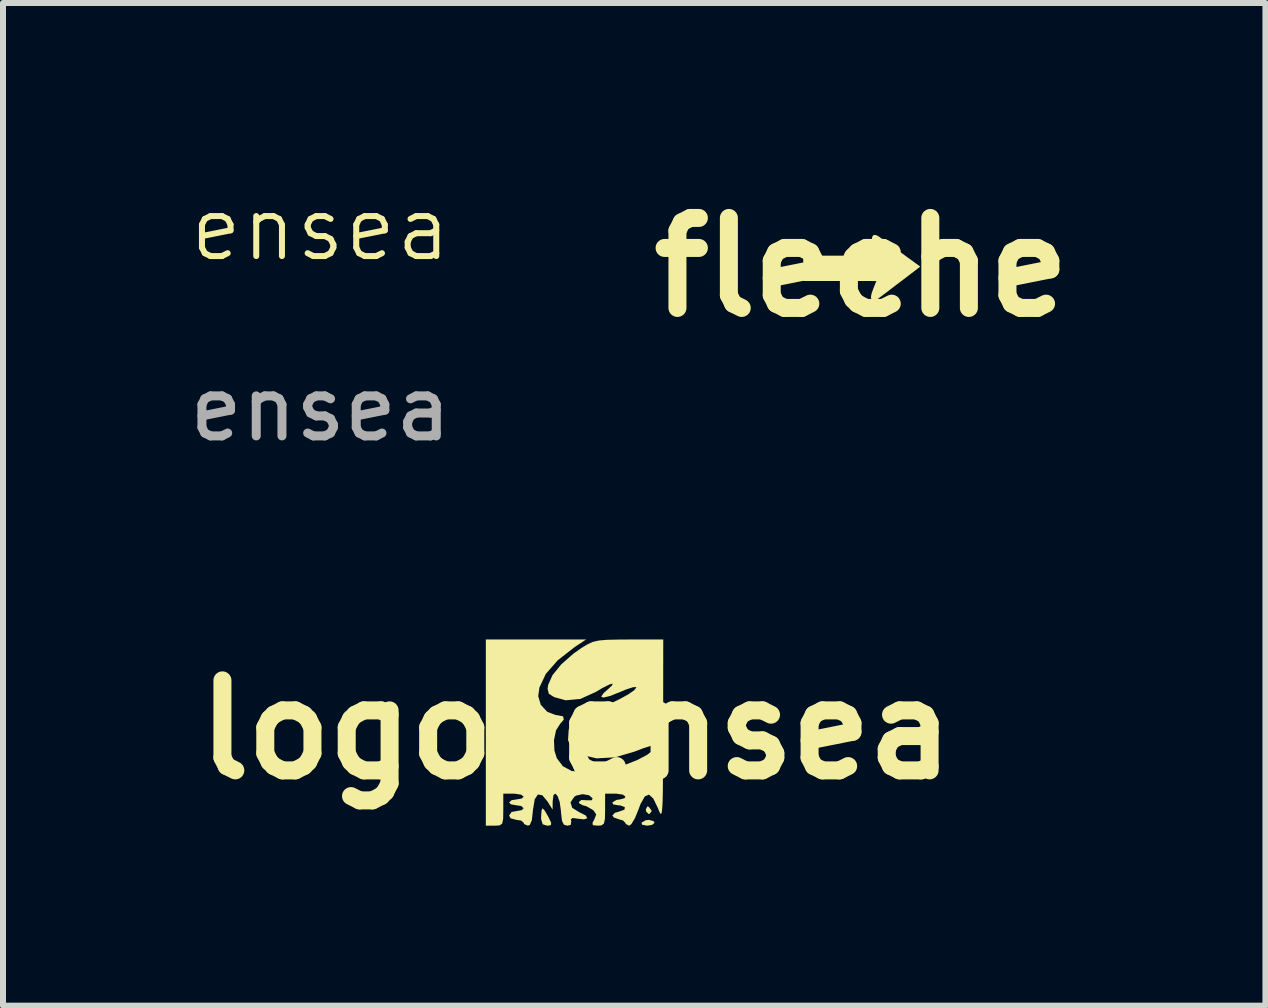
<source format=kicad_pcb>
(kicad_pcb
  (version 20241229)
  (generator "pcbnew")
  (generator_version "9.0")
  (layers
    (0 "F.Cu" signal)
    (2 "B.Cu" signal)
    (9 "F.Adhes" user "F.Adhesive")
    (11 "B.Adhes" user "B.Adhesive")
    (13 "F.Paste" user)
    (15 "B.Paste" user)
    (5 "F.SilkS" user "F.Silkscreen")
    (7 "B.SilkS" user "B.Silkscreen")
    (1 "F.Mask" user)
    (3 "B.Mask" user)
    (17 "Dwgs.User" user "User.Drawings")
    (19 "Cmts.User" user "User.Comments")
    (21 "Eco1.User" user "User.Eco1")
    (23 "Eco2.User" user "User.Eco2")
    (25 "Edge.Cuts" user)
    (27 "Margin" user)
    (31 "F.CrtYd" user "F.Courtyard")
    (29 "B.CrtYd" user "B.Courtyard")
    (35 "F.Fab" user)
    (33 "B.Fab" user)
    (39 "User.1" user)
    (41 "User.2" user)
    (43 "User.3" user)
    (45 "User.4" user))
  (footprint "ensea"
    (layer "F.Cu")
    (at 2.292 1.26)
    (property "Reference" "ensea" (at 0 -0.5 0) (unlocked yes) (layer "F.SilkS") (effects (font (size 1 1) (thickness 0.1))))
    (attr smd)
    (fp_text user "${REFERENCE}" (at 0 2.5 0) (unlocked yes) (layer "F.Fab") (effects (font (size 1 1) (thickness 0.15)))))
  (footprint "fleche"
    (layer "F.Cu")
    (at 11.312 1.404)
    (property "Reference" "fleche" (at 0 0 0) (layer "F.SilkS") (effects (font (size 1.5 1.5) (thickness 0.3))))
    (attr board_only exclude_from_pos_files exclude_from_bom)
    (fp_poly (pts (xy 0.228 -0.537) (xy 0.236 -0.535) (xy 0.245 -0.532) (xy 0.255 -0.528) (xy 0.266 -0.523) (xy 0.277 -0.516) (xy 0.29 -0.508) (xy 0.304 -0.498) (xy 0.311 -0.493) (xy 0.319 -0.487) (xy 0.328 -0.48) (xy 0.339 -0.473) (xy 0.351 -0.464) (xy 0.364 -0.455) (xy 0.378 -0.445) (xy 0.392 -0.434) (xy 0.408 -0.423) (xy 0.425 -0.411) (xy 0.442 -0.398) (xy 0.46 -0.385) (xy 0.478 -0.372) (xy 0.497 -0.358) (xy 0.517 -0.344) (xy 0.537 -0.329) (xy 0.557 -0.315) (xy 0.577 -0.3) (xy 0.598 -0.285) (xy 0.619 -0.27) (xy 0.64 -0.255) (xy 0.66 -0.24) (xy 0.681 -0.225) (xy 0.702 -0.21) (xy 0.722 -0.195) (xy 0.742 -0.18) (xy 0.762 -0.166) (xy 0.781 -0.152) (xy 0.799 -0.139) (xy 0.818 -0.125) (xy 0.835 -0.113) (xy 0.852 -0.101) (xy 0.868 -0.089) (xy 0.883 -0.078) (xy 0.897 -0.067) (xy 0.911 -0.058) (xy 0.923 -0.049) (xy 0.934 -0.041) (xy 0.944 -0.034) (xy 0.953 -0.027) (xy 0.96 -0.022) (xy 0.966 -0.018) (xy 0.97 -0.014) (xy 0.973 -0.012) (xy 0.975 -0.011) (xy 0.975 -0.011) (xy 0.974 -0.011) (xy 0.973 -0.01) (xy 0.971 -0.008) (xy 0.968 -0.005) (xy 0.964 -0.002) (xy 0.959 0.002) (xy 0.953 0.006) (xy 0.946 0.012) (xy 0.938 0.018) (xy 0.929 0.025) (xy 0.919 0.033) (xy 0.907 0.042) (xy 0.895 0.052) (xy 0.881 0.062) (xy 0.865 0.074) (xy 0.849 0.087) (xy 0.831 0.1) (xy 0.811 0.115) (xy 0.791 0.131) (xy 0.768 0.148) (xy 0.745 0.166) (xy 0.72 0.185) (xy 0.693 0.205) (xy 0.664 0.227) (xy 0.634 0.25) (xy 0.624 0.258) (xy 0.594 0.28) (xy 0.566 0.301) (xy 0.54 0.322) (xy 0.515 0.34) (xy 0.492 0.358) (xy 0.47 0.375) (xy 0.45 0.39) (xy 0.431 0.405) (xy 0.413 0.418) (xy 0.396 0.431) (xy 0.381 0.442) (xy 0.367 0.453) (xy 0.354 0.463) (xy 0.342 0.472) (xy 0.331 0.48) (xy 0.321 0.488) (xy 0.312 0.494) (xy 0.304 0.5) (xy 0.297 0.506) (xy 0.291 0.51) (xy 0.285 0.514) (xy 0.281 0.518) (xy 0.277 0.521) (xy 0.273 0.523) (xy 0.27 0.525) (xy 0.268 0.526) (xy 0.267 0.527) (xy 0.265 0.528) (xy 0.265 0.528) (xy 0.258 0.531) (xy 0.25 0.534) (xy 0.241 0.536) (xy 0.233 0.539) (xy 0.228 0.54) (xy 0.221 0.541) (xy 0.214 0.542) (xy 0.206 0.542) (xy 0.198 0.542) (xy 0.191 0.542) (xy 0.186 0.541) (xy 0.185 0.541) (xy 0.176 0.538) (xy 0.168 0.534) (xy 0.163 0.528) (xy 0.158 0.521) (xy 0.156 0.516) (xy 0.155 0.512) (xy 0.154 0.509) (xy 0.154 0.504) (xy 0.154 0.498) (xy 0.154 0.497) (xy 0.154 0.488) (xy 0.155 0.479) (xy 0.157 0.47) (xy 0.16 0.46) (xy 0.16 0.46) (xy 0.161 0.455) (xy 0.162 0.451) (xy 0.162 0.447) (xy 0.162 0.447) (xy 0.163 0.443) (xy 0.164 0.438) (xy 0.166 0.431) (xy 0.169 0.422) (xy 0.172 0.412) (xy 0.177 0.4) (xy 0.182 0.387) (xy 0.187 0.372) (xy 0.193 0.356) (xy 0.2 0.339) (xy 0.207 0.32) (xy 0.215 0.301) (xy 0.223 0.28) (xy 0.232 0.259) (xy 0.233 0.256) (xy 0.236 0.249) (xy 0.239 0.243) (xy 0.241 0.238) (xy 0.242 0.233) (xy 0.243 0.231) (xy 0.244 0.23) (xy 0.243 0.23) (xy 0.24 0.23) (xy 0.235 0.23) (xy 0.228 0.23) (xy 0.219 0.23) (xy 0.208 0.23) (xy 0.196 0.23) (xy 0.182 0.23) (xy 0.166 0.23) (xy 0.149 0.229) (xy 0.13 0.229) (xy 0.11 0.229) (xy 0.089 0.229) (xy 0.066 0.229) (xy 0.042 0.229) (xy 0.016 0.229) (xy -0.01 0.229) (xy -0.038 0.229) (xy -0.066 0.229) (xy -0.096 0.229) (xy -0.127 0.229) (xy -0.158 0.229) (xy -0.19 0.229) (xy -0.223 0.229) (xy -0.257 0.229) (xy -0.292 0.229) (xy -0.326 0.229) (xy -0.362 0.229) (xy -0.366 0.229) (xy -0.975 0.229) (xy -0.975 0.018) (xy -0.975 -0.193) (xy -0.366 -0.193) (xy -0.33 -0.193) (xy -0.295 -0.193) (xy -0.261 -0.193) (xy -0.227 -0.193) (xy -0.194 -0.193) (xy -0.161 -0.193) (xy -0.13 -0.193) (xy -0.099 -0.193) (xy -0.069 -0.193) (xy -0.041 -0.193) (xy -0.013 -0.193) (xy 0.014 -0.193) (xy 0.039 -0.193) (xy 0.064 -0.193) (xy 0.087 -0.193) (xy 0.108 -0.193) (xy 0.129 -0.193) (xy 0.147 -0.193) (xy 0.165 -0.193) (xy 0.18 -0.193) (xy 0.195 -0.193) (xy 0.207 -0.193) (xy 0.218 -0.193) (xy 0.227 -0.193) (xy 0.234 -0.193) (xy 0.239 -0.193) (xy 0.242 -0.193) (xy 0.244 -0.193) (xy 0.244 -0.193) (xy 0.243 -0.195) (xy 0.243 -0.197) (xy 0.241 -0.202) (xy 0.239 -0.208) (xy 0.237 -0.216) (xy 0.234 -0.225) (xy 0.231 -0.236) (xy 0.228 -0.247) (xy 0.224 -0.26) (xy 0.22 -0.274) (xy 0.215 -0.288) (xy 0.211 -0.303) (xy 0.208 -0.313) (xy 0.202 -0.332) (xy 0.197 -0.348) (xy 0.193 -0.363) (xy 0.189 -0.376) (xy 0.185 -0.388) (xy 0.182 -0.398) (xy 0.18 -0.407) (xy 0.178 -0.415) (xy 0.176 -0.422) (xy 0.174 -0.427) (xy 0.173 -0.433) (xy 0.172 -0.437) (xy 0.171 -0.441) (xy 0.171 -0.445) (xy 0.17 -0.448) (xy 0.17 -0.451) (xy 0.17 -0.454) (xy 0.17 -0.457) (xy 0.17 -0.461) (xy 0.17 -0.465) (xy 0.17 -0.465) (xy 0.17 -0.48) (xy 0.172 -0.493) (xy 0.175 -0.505) (xy 0.179 -0.515) (xy 0.184 -0.523) (xy 0.19 -0.529) (xy 0.197 -0.534) (xy 0.205 -0.537) (xy 0.212 -0.538) (xy 0.219 -0.538)) (stroke (width 0) (type solid)) (fill yes) (layer "F.SilkS")))
  (footprint "logo ensea"
    (layer "F.Cu")
    (at 6.55 9.111)
    (property "Reference" "logo ensea" (at 0 0 0) (layer "F.SilkS") (effects (font (size 1.5 1.5) (thickness 0.3))))
    (attr board_only exclude_from_pos_files exclude_from_bom)
    (fp_poly (pts (xy 1.212 1.285) (xy 1.258 1.347) (xy 1.26 1.36) (xy 1.223 1.404) (xy 1.212 1.406) (xy 1.169 1.366) (xy 1.163 1.33) (xy 1.187 1.28)) (stroke (width 0) (type solid)) (fill yes) (layer "F.SilkS"))
    (fp_poly (pts (xy 1.292 1.524) (xy 1.309 1.551) (xy 1.267 1.587) (xy 1.185 1.6) (xy 1.102 1.584) (xy 1.091 1.551) (xy 1.159 1.51) (xy 1.215 1.503)) (stroke (width 0) (type solid)) (fill yes) (layer "F.SilkS"))
    (fp_poly (pts (xy -0.523 1.347) (xy -0.468 1.441) (xy -0.46 1.454) (xy -0.414 1.552) (xy -0.419 1.592) (xy -0.479 1.6) (xy -0.483 1.6) (xy -0.555 1.577) (xy -0.581 1.494) (xy -0.582 1.454) (xy -0.575 1.352) (xy -0.559 1.309) (xy -0.559 1.309)) (stroke (width 0) (type solid)) (fill yes) (layer "F.SilkS"))
    (fp_poly (pts (xy -0.025 -1.375) (xy -0.306 -1.155) (xy -0.503 -0.93) (xy -0.61 -0.703) (xy -0.63 -0.559) (xy -0.587 -0.414) (xy -0.479 -0.298) (xy -0.337 -0.243) (xy -0.315 -0.242) (xy -0.215 -0.222) (xy -0.204 -0.167) (xy -0.263 -0.1) (xy -0.333 0.011) (xy -0.367 0.173) (xy -0.36 0.347) (xy -0.321 0.474) (xy -0.218 0.61) (xy -0.072 0.688) (xy 0.132 0.713) (xy 0.406 0.689) (xy 0.417 0.687) (xy 0.633 0.642) (xy 0.843 0.576) (xy 1.033 0.5) (xy 1.185 0.419) (xy 1.282 0.344) (xy 1.308 0.281) (xy 1.298 0.263) (xy 1.246 0.27) (xy 1.13 0.306) (xy 0.979 0.364) (xy 0.649 0.461) (xy 0.342 0.478) (xy 0.076 0.416) (xy -0.071 0.317) (xy -0.133 0.174) (xy -0.122 0.002) (xy -0.095 -0.091) (xy -0.049 -0.16) (xy 0.034 -0.218) (xy 0.175 -0.279) (xy 0.339 -0.34) (xy 0.53 -0.416) (xy 0.711 -0.501) (xy 0.863 -0.584) (xy 0.967 -0.655) (xy 1.006 -0.703) (xy 1.002 -0.71) (xy 0.948 -0.707) (xy 0.835 -0.67) (xy 0.749 -0.634) (xy 0.569 -0.562) (xy 0.457 -0.535) (xy 0.419 -0.55) (xy 0.46 -0.61) (xy 0.509 -0.653) (xy 0.599 -0.735) (xy 0.612 -0.768) (xy 0.555 -0.753) (xy 0.434 -0.691) (xy 0.332 -0.63) (xy 0.072 -0.512) (xy -0.172 -0.49) (xy -0.365 -0.543) (xy -0.454 -0.6) (xy -0.474 -0.681) (xy -0.464 -0.748) (xy -0.392 -0.909) (xy -0.246 -1.089) (xy -0.041 -1.269) (xy 0.094 -1.364) (xy 0.192 -1.423) (xy 0.279 -1.463) (xy 0.38 -1.486) (xy 0.518 -1.498) (xy 0.715 -1.502) (xy 0.882 -1.503) (xy 1.454 -1.503) (xy 1.452 0.012) (xy 1.451 0.434) (xy 1.449 0.767) (xy 1.447 1.021) (xy 1.443 1.203) (xy 1.436 1.322) (xy 1.427 1.387) (xy 1.415 1.406) (xy 1.399 1.388) (xy 1.378 1.341) (xy 1.366 1.309) (xy 1.288 1.148) (xy 1.216 1.082) (xy 1.146 1.113) (xy 1.074 1.241) (xy 1.041 1.331) (xy 0.982 1.475) (xy 0.923 1.573) (xy 0.887 1.6) (xy 0.829 1.572) (xy 0.824 1.555) (xy 0.783 1.513) (xy 0.715 1.494) (xy 0.63 1.463) (xy 0.606 1.43) (xy 0.647 1.386) (xy 0.715 1.366) (xy 0.808 1.333) (xy 0.813 1.29) (xy 0.736 1.262) (xy 0.7 1.26) (xy 0.618 1.245) (xy 0.606 1.212) (xy 0.674 1.171) (xy 0.73 1.163) (xy 0.807 1.143) (xy 0.824 1.115) (xy 0.781 1.083) (xy 0.677 1.067) (xy 0.654 1.066) (xy 0.485 1.066) (xy 0.485 1.333) (xy 0.482 1.486) (xy 0.465 1.565) (xy 0.424 1.595) (xy 0.363 1.6) (xy 0.279 1.591) (xy 0.276 1.548) (xy 0.303 1.5) (xy 0.337 1.414) (xy 0.295 1.35) (xy 0.269 1.33) (xy 0.171 1.275) (xy 0.112 1.26) (xy 0.054 1.228) (xy 0.048 1.206) (xy 0.089 1.172) (xy 0.172 1.176) (xy 0.262 1.177) (xy 0.277 1.145) (xy 0.216 1.092) (xy 0.109 1.075) (xy 0.002 1.099) (xy -0.027 1.117) (xy -0.092 1.212) (xy -0.064 1.302) (xy 0.048 1.372) (xy 0.161 1.429) (xy 0.189 1.475) (xy 0.133 1.495) (xy 0.043 1.485) (xy -0.058 1.472) (xy -0.087 1.497) (xy -0.079 1.527) (xy -0.088 1.587) (xy -0.144 1.6) (xy -0.201 1.584) (xy -0.233 1.522) (xy -0.249 1.391) (xy -0.252 1.349) (xy -0.272 1.205) (xy -0.307 1.107) (xy -0.345 1.065) (xy -0.376 1.092) (xy -0.389 1.196) (xy -0.39 1.333) (xy -0.474 1.198) (xy -0.562 1.093) (xy -0.635 1.08) (xy -0.688 1.159) (xy -0.716 1.327) (xy -0.718 1.346) (xy -0.736 1.508) (xy -0.77 1.587) (xy -0.802 1.6) (xy -0.865 1.573) (xy -0.873 1.551) (xy -0.914 1.515) (xy -0.994 1.503) (xy -1.091 1.477) (xy -1.115 1.43) (xy -1.073 1.371) (xy -0.994 1.357) (xy -0.903 1.341) (xy -0.873 1.309) (xy -0.914 1.272) (xy -0.994 1.26) (xy -1.085 1.244) (xy -1.115 1.212) (xy -1.073 1.175) (xy -0.994 1.163) (xy -0.903 1.147) (xy -0.873 1.115) (xy -0.915 1.083) (xy -1.02 1.067) (xy -1.042 1.066) (xy -1.212 1.066) (xy -1.212 1.333) (xy -1.214 1.485) (xy -1.23 1.565) (xy -1.273 1.595) (xy -1.355 1.6) (xy -1.357 1.6) (xy -1.503 1.6) (xy -1.503 0.048) (xy -1.503 -1.503) (xy -0.667 -1.503) (xy 0.168 -1.503)) (stroke (width 0) (type solid)) (fill yes) (layer "F.SilkS")))
  (gr_rect
    (start -3 -3)
    (end 18.04 13.711)
    (stroke (width 0.1) (type default))
    (fill no)
    (layer "Edge.Cuts")))
</source>
